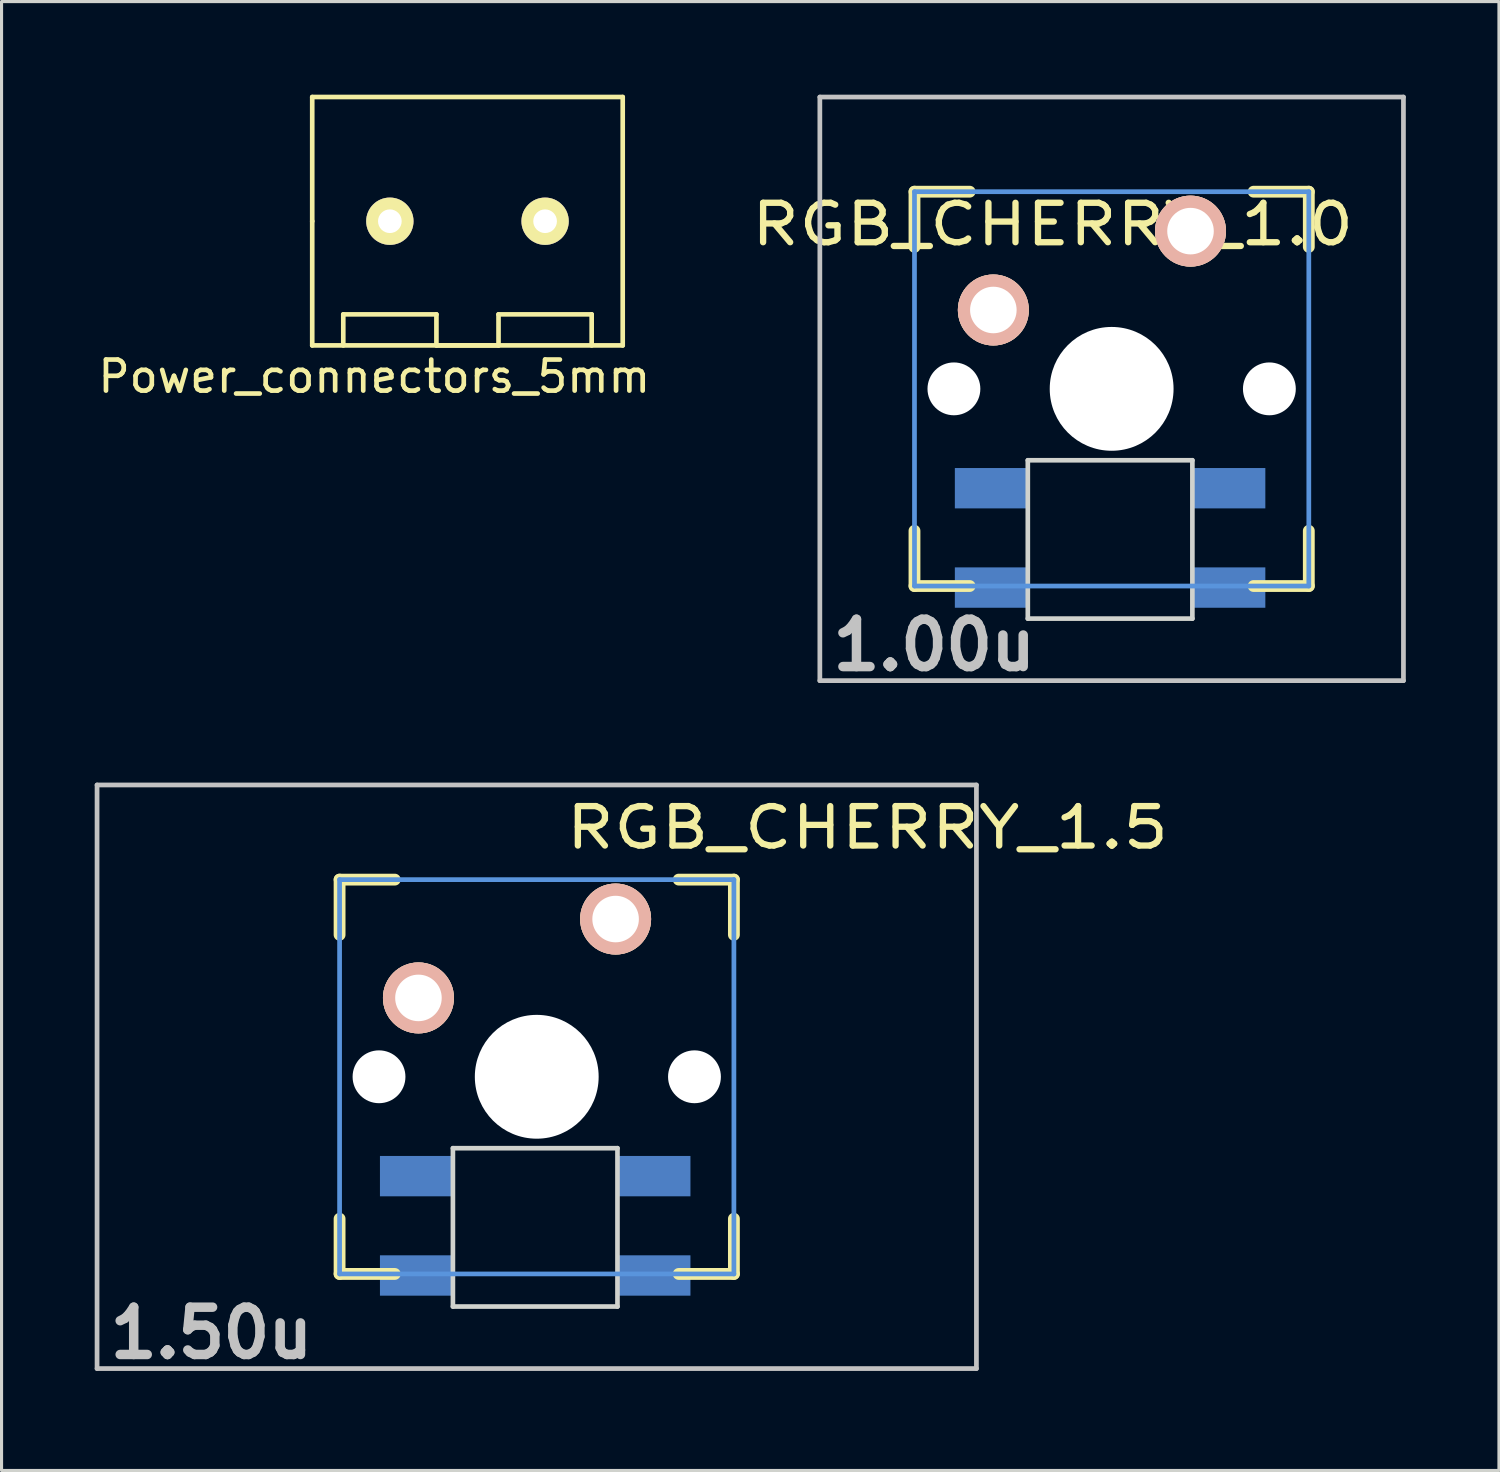
<source format=kicad_pcb>
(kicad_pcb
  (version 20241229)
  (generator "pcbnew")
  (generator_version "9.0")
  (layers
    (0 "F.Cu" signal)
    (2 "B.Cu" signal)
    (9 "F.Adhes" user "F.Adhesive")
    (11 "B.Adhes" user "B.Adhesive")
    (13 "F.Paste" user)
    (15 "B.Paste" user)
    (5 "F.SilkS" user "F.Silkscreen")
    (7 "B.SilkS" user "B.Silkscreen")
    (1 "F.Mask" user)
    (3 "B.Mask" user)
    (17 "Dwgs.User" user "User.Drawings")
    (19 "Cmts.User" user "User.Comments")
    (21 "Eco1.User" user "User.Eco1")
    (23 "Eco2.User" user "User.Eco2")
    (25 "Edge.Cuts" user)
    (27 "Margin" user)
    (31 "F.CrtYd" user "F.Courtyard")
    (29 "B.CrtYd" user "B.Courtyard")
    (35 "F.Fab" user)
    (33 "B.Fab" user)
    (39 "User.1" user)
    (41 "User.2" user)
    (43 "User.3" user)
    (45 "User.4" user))
  (footprint "RGB_CHERRY_1.5"
    (layer "F.Cu")
    (at 14.237 31.63)
    (property "Reference" "RGB_CHERRY_1.5" (at 10.65 -8.025 0) (layer "F.SilkS") (effects (font (size 1.27 1.524) (thickness 0.203))))
    (attr through_hole)
    (fp_line (start -6.35 -6.35) (end -4.572 -6.35) (stroke (width 0.381) (type solid)) (layer "F.SilkS"))
    (fp_line (start -6.35 -4.572) (end -6.35 -6.35) (stroke (width 0.381) (type solid)) (layer "F.SilkS"))
    (fp_line (start -6.35 6.35) (end -6.35 4.572) (stroke (width 0.381) (type solid)) (layer "F.SilkS"))
    (fp_line (start -4.572 6.35) (end -6.35 6.35) (stroke (width 0.381) (type solid)) (layer "F.SilkS"))
    (fp_line (start 4.572 -6.35) (end 6.35 -6.35) (stroke (width 0.381) (type solid)) (layer "F.SilkS"))
    (fp_line (start 6.35 -6.35) (end 6.35 -4.572) (stroke (width 0.381) (type solid)) (layer "F.SilkS"))
    (fp_line (start 6.35 4.572) (end 6.35 6.35) (stroke (width 0.381) (type solid)) (layer "F.SilkS"))
    (fp_line (start 6.35 6.35) (end 4.572 6.35) (stroke (width 0.381) (type solid)) (layer "F.SilkS"))
    (fp_line (start -14.161 -9.398) (end 14.161 -9.398) (stroke (width 0.152) (type solid)) (layer "Dwgs.User"))
    (fp_line (start -14.161 9.398) (end -14.161 -9.398) (stroke (width 0.152) (type solid)) (layer "Dwgs.User"))
    (fp_line (start 14.161 -9.398) (end 14.161 9.398) (stroke (width 0.152) (type solid)) (layer "Dwgs.User"))
    (fp_line (start 14.161 9.398) (end -14.161 9.398) (stroke (width 0.152) (type solid)) (layer "Dwgs.User"))
    (fp_line (start -6.35 -6.35) (end 6.35 -6.35) (stroke (width 0.152) (type solid)) (layer "Cmts.User"))
    (fp_line (start -6.35 6.35) (end -6.35 -6.35) (stroke (width 0.152) (type solid)) (layer "Cmts.User"))
    (fp_line (start 6.35 -6.35) (end 6.35 6.35) (stroke (width 0.152) (type solid)) (layer "Cmts.User"))
    (fp_line (start 6.35 6.35) (end -6.35 6.35) (stroke (width 0.152) (type solid)) (layer "Cmts.User"))
    (fp_line (start -6.985 -6.985) (end 6.985 -6.985) (stroke (width 0.152) (type solid)) (layer "Eco2.User"))
    (fp_line (start -6.985 6.985) (end -6.985 -6.985) (stroke (width 0.152) (type solid)) (layer "Eco2.User"))
    (fp_line (start 6.985 -6.985) (end 6.985 6.985) (stroke (width 0.152) (type solid)) (layer "Eco2.User"))
    (fp_line (start 6.985 6.985) (end -6.985 6.985) (stroke (width 0.152) (type solid)) (layer "Eco2.User"))
    (fp_line (start -2.7 2.3) (end -2.7 7.4) (stroke (width 0.15) (type solid)) (layer "Edge.Cuts"))
    (fp_line (start -2.7 2.3) (end 2.6 2.3) (stroke (width 0.15) (type solid)) (layer "Edge.Cuts"))
    (fp_line (start 2.6 2.3) (end 2.6 7.4) (stroke (width 0.15) (type solid)) (layer "Edge.Cuts"))
    (fp_line (start 2.6 7.4) (end -2.7 7.4) (stroke (width 0.15) (type solid)) (layer "Edge.Cuts"))
    (fp_text user "1.50u" (at -10.477 8.255 0) (layer "Dwgs.User") (effects (font (size 1.524 1.524) (thickness 0.305))))
    (pad "" np_thru_hole circle (at -5.08 0) (size 1.702 1.702) (drill 1.702) (layers "*.Cu"))
    (pad "" np_thru_hole circle (at 0 0) (size 3.988 3.988) (drill 3.988) (layers "*.Cu"))
    (pad "" np_thru_hole circle (at 5.08 0) (size 1.702 1.702) (drill 1.702) (layers "*.Cu"))
    (pad "1" thru_hole circle (at 2.54 -5.08) (size 2.286 2.286) (drill 1.499) (layers "*.Cu" "*.SilkS" "*.Mask"))
    (pad "2" thru_hole circle (at -3.81 -2.54) (size 2.286 2.286) (drill 1.499) (layers "*.Cu" "*.SilkS" "*.Mask"))
    (pad "3" smd rect (at -2.8 3.2) (size 2.3 1.3) (drill (offset -1.1 0)) (layers "B.Cu" "B.Mask" "B.Paste"))
    (pad "4" smd rect (at -2.8 6.4) (size 2.3 1.3) (drill (offset -1.1 0)) (layers "B.Cu" "B.Mask" "B.Paste"))
    (pad "5" smd rect (at 2.7 6.4) (size 2.3 1.3) (drill (offset 1.1 0)) (layers "B.Cu" "B.Mask" "B.Paste"))
    (pad "6" smd rect (at 2.7 3.2) (size 2.3 1.3) (drill (offset 1.1 0)) (layers "B.Cu" "B.Mask" "B.Paste")))
  (footprint "RGB_CHERRY_1.0"
    (layer "F.Cu")
    (at 32.753 9.474)
    (property "Reference" "RGB_CHERRY_1.0" (at -1.9 -5.3 0) (layer "F.SilkS") (effects (font (size 1.27 1.524) (thickness 0.203))))
    (attr through_hole)
    (fp_line (start -6.35 -6.35) (end -4.572 -6.35) (stroke (width 0.381) (type solid)) (layer "F.SilkS"))
    (fp_line (start -6.35 -4.572) (end -6.35 -6.35) (stroke (width 0.381) (type solid)) (layer "F.SilkS"))
    (fp_line (start -6.35 6.35) (end -6.35 4.572) (stroke (width 0.381) (type solid)) (layer "F.SilkS"))
    (fp_line (start -4.572 6.35) (end -6.35 6.35) (stroke (width 0.381) (type solid)) (layer "F.SilkS"))
    (fp_line (start 4.572 -6.35) (end 6.35 -6.35) (stroke (width 0.381) (type solid)) (layer "F.SilkS"))
    (fp_line (start 6.35 -6.35) (end 6.35 -4.572) (stroke (width 0.381) (type solid)) (layer "F.SilkS"))
    (fp_line (start 6.35 4.572) (end 6.35 6.35) (stroke (width 0.381) (type solid)) (layer "F.SilkS"))
    (fp_line (start 6.35 6.35) (end 4.572 6.35) (stroke (width 0.381) (type solid)) (layer "F.SilkS"))
    (fp_line (start -9.398 -9.398) (end 9.398 -9.398) (stroke (width 0.152) (type solid)) (layer "Dwgs.User"))
    (fp_line (start -9.398 9.398) (end -9.398 -9.398) (stroke (width 0.152) (type solid)) (layer "Dwgs.User"))
    (fp_line (start 9.398 -9.398) (end 9.398 9.398) (stroke (width 0.152) (type solid)) (layer "Dwgs.User"))
    (fp_line (start 9.398 9.398) (end -9.398 9.398) (stroke (width 0.152) (type solid)) (layer "Dwgs.User"))
    (fp_line (start -6.35 -6.35) (end 6.35 -6.35) (stroke (width 0.152) (type solid)) (layer "Cmts.User"))
    (fp_line (start -6.35 6.35) (end -6.35 -6.35) (stroke (width 0.152) (type solid)) (layer "Cmts.User"))
    (fp_line (start 6.35 -6.35) (end 6.35 6.35) (stroke (width 0.152) (type solid)) (layer "Cmts.User"))
    (fp_line (start 6.35 6.35) (end -6.35 6.35) (stroke (width 0.152) (type solid)) (layer "Cmts.User"))
    (fp_line (start -6.985 -6.985) (end 6.985 -6.985) (stroke (width 0.152) (type solid)) (layer "Eco2.User"))
    (fp_line (start -6.985 6.985) (end -6.985 -6.985) (stroke (width 0.152) (type solid)) (layer "Eco2.User"))
    (fp_line (start 6.985 -6.985) (end 6.985 6.985) (stroke (width 0.152) (type solid)) (layer "Eco2.User"))
    (fp_line (start 6.985 6.985) (end -6.985 6.985) (stroke (width 0.152) (type solid)) (layer "Eco2.User"))
    (fp_line (start -2.7 2.3) (end -2.7 7.4) (stroke (width 0.15) (type solid)) (layer "Edge.Cuts"))
    (fp_line (start -2.7 2.3) (end 2.6 2.3) (stroke (width 0.15) (type solid)) (layer "Edge.Cuts"))
    (fp_line (start 2.6 2.3) (end 2.6 7.4) (stroke (width 0.15) (type solid)) (layer "Edge.Cuts"))
    (fp_line (start 2.6 7.4) (end -2.7 7.4) (stroke (width 0.15) (type solid)) (layer "Edge.Cuts"))
    (fp_text user "1.00u" (at -5.715 8.255 0) (layer "Dwgs.User") (effects (font (size 1.524 1.524) (thickness 0.305))))
    (pad "" np_thru_hole circle (at -5.08 0) (size 1.702 1.702) (drill 1.702) (layers "*.Cu"))
    (pad "" np_thru_hole circle (at 0 0) (size 3.988 3.988) (drill 3.988) (layers "*.Cu"))
    (pad "" np_thru_hole circle (at 5.08 0) (size 1.702 1.702) (drill 1.702) (layers "*.Cu"))
    (pad "1" thru_hole circle (at 2.54 -5.08) (size 2.286 2.286) (drill 1.499) (layers "*.Cu" "*.SilkS" "*.Mask"))
    (pad "2" thru_hole circle (at -3.81 -2.54) (size 2.286 2.286) (drill 1.499) (layers "*.Cu" "*.SilkS" "*.Mask"))
    (pad "3" smd rect (at -2.8 3.2) (size 2.3 1.3) (drill (offset -1.1 0)) (layers "B.Cu" "B.Mask" "B.Paste"))
    (pad "4" smd rect (at -2.8 6.4) (size 2.3 1.3) (drill (offset -1.1 0)) (layers "B.Cu" "B.Mask" "B.Paste"))
    (pad "5" smd rect (at 2.7 6.4) (size 2.3 1.3) (drill (offset 1.1 0)) (layers "B.Cu" "B.Mask" "B.Paste"))
    (pad "6" smd rect (at 2.7 3.2) (size 2.3 1.3) (drill (offset 1.1 0)) (layers "B.Cu" "B.Mask" "B.Paste")))
  (footprint "Power_connectors_5mm"
    (layer "F.Cu")
    (at 12.006 4.075)
    (property "Reference" "Power_connectors_5mm" (at -3 5 0) (layer "F.SilkS") (effects (font (size 1 1) (thickness 0.15))))
    (attr through_hole)
    (fp_line (start -5 -4) (end -5 0) (stroke (width 0.15) (type solid)) (layer "F.SilkS"))
    (fp_line (start -5 0) (end -5 4) (stroke (width 0.15) (type solid)) (layer "F.SilkS"))
    (fp_line (start -5 4) (end 5 4) (stroke (width 0.15) (type solid)) (layer "F.SilkS"))
    (fp_line (start -4 3) (end -1 3) (stroke (width 0.15) (type solid)) (layer "F.SilkS"))
    (fp_line (start -4 4) (end -4 3) (stroke (width 0.15) (type solid)) (layer "F.SilkS"))
    (fp_line (start -1 3) (end -1 4) (stroke (width 0.15) (type solid)) (layer "F.SilkS"))
    (fp_line (start -1 4) (end 1 4) (stroke (width 0.15) (type solid)) (layer "F.SilkS"))
    (fp_line (start 1 3) (end 4 3) (stroke (width 0.15) (type solid)) (layer "F.SilkS"))
    (fp_line (start 1 4) (end 1 3) (stroke (width 0.15) (type solid)) (layer "F.SilkS"))
    (fp_line (start 4 3) (end 4 4) (stroke (width 0.15) (type solid)) (layer "F.SilkS"))
    (fp_line (start 5 -4) (end -5 -4) (stroke (width 0.15) (type solid)) (layer "F.SilkS"))
    (fp_line (start 5 4) (end 5 -4) (stroke (width 0.15) (type solid)) (layer "F.SilkS"))
    (pad "1" thru_hole circle (at -2.5 0) (size 1.524 1.524) (drill 0.762) (layers "*.Cu" "*.Mask" "F.SilkS"))
    (pad "2" thru_hole circle (at 2.5 0) (size 1.524 1.524) (drill 0.762) (layers "*.Cu" "*.Mask" "F.SilkS")))
  (gr_rect
    (start -3 -3)
    (end 45.227 44.311)
    (stroke (width 0.1) (type default))
    (fill no)
    (layer "Edge.Cuts")))
</source>
